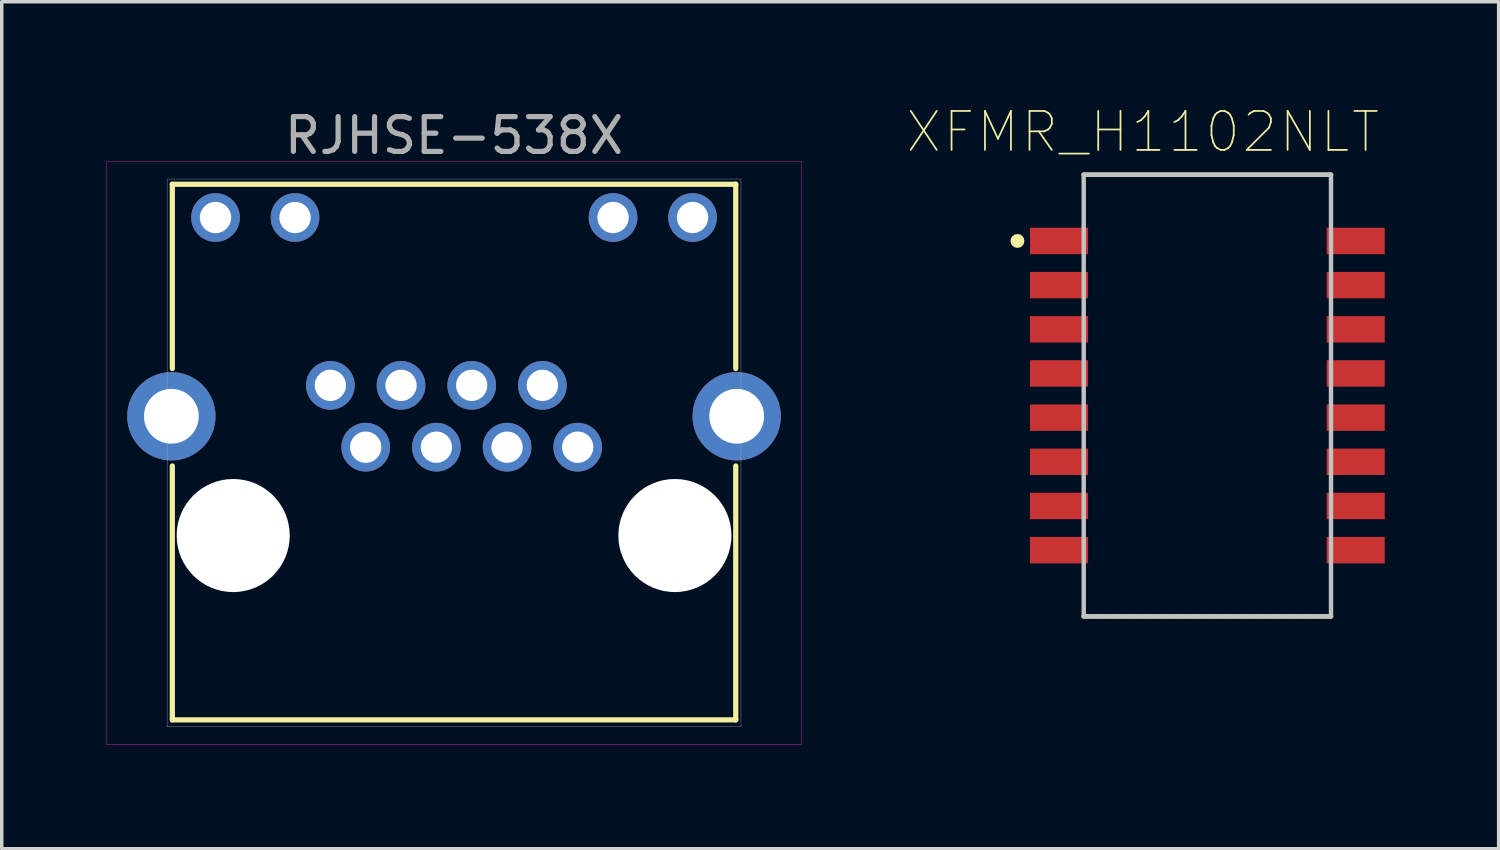
<source format=kicad_pcb>
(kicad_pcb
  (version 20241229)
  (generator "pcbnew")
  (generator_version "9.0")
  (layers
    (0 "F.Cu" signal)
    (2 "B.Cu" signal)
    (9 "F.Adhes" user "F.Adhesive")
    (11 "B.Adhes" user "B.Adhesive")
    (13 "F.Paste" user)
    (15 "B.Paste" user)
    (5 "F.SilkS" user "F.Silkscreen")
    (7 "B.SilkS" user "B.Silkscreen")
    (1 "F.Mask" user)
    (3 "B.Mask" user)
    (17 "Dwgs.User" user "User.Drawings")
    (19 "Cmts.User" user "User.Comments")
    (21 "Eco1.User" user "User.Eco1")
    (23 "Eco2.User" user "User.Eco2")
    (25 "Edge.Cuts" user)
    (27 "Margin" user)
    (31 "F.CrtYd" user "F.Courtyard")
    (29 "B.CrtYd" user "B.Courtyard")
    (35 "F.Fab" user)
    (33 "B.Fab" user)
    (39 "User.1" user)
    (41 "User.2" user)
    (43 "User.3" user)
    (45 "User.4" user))
  (footprint "RJHSE-538X"
    (layer "F.Cu")
    (at 10.005 12.348)
    (property "Reference" "RJHSE-538X" (at 0 -11.5 0) (layer "F.Fab") (effects (font (size 1 1) (thickness 0.15))))
    (attr through_hole)
    (fp_line (start -8.1 -10.1) (end -8.1 -4.8) (stroke (width 0.15) (type solid)) (layer "F.SilkS"))
    (fp_line (start -8.1 -2) (end -8.1 5.3) (stroke (width 0.15) (type solid)) (layer "F.SilkS"))
    (fp_line (start -8.1 5.3) (end 8.1 5.3) (stroke (width 0.15) (type solid)) (layer "F.SilkS"))
    (fp_line (start 8.1 -10.1) (end -8.1 -10.1) (stroke (width 0.15) (type solid)) (layer "F.SilkS"))
    (fp_line (start 8.1 -4.8) (end 8.1 -10.1) (stroke (width 0.15) (type solid)) (layer "F.SilkS"))
    (fp_line (start 8.1 5.3) (end 8.1 -2) (stroke (width 0.15) (type solid)) (layer "F.SilkS"))
    (fp_line (start -10 -10.75) (end -10 6) (stroke (width 0.01) (type solid)) (layer "F.CrtYd"))
    (fp_line (start -10 6) (end 10 6) (stroke (width 0.01) (type solid)) (layer "F.CrtYd"))
    (fp_line (start 10 -10.75) (end -10 -10.75) (stroke (width 0.01) (type solid)) (layer "F.CrtYd"))
    (fp_line (start 10 6) (end 10 -10.75) (stroke (width 0.01) (type solid)) (layer "F.CrtYd"))
    (fp_line (start -8.25 -10.25) (end -8.25 5.5) (stroke (width 0.01) (type solid)) (layer "F.Fab"))
    (fp_line (start -8.25 -10.25) (end 8.25 -10.25) (stroke (width 0.01) (type solid)) (layer "F.Fab"))
    (fp_line (start -8.25 5.5) (end 8.25 5.5) (stroke (width 0.01) (type solid)) (layer "F.Fab"))
    (fp_line (start 8.25 -10.25) (end 8.25 5.5) (stroke (width 0.01) (type solid)) (layer "F.Fab"))
    (pad "" np_thru_hole circle (at -6.35 0) (size 3.251 3.251) (drill 3.251) (layers "*.Cu" "*.Mask"))
    (pad "" np_thru_hole circle (at 6.35 0) (size 3.251 3.251) (drill 3.251) (layers "*.Cu" "*.Mask"))
    (pad "1" thru_hole circle (at 3.556 -2.54) (size 1.4 1.4) (drill 0.9) (layers "*.Cu" "*.Mask"))
    (pad "2" thru_hole circle (at 2.54 -4.318) (size 1.4 1.4) (drill 0.9) (layers "*.Cu" "*.Mask"))
    (pad "3" thru_hole circle (at 1.524 -2.54) (size 1.4 1.4) (drill 0.9) (layers "*.Cu" "*.Mask"))
    (pad "4" thru_hole circle (at 0.508 -4.318) (size 1.4 1.4) (drill 0.9) (layers "*.Cu" "*.Mask"))
    (pad "5" thru_hole circle (at -0.508 -2.54) (size 1.4 1.4) (drill 0.9) (layers "*.Cu" "*.Mask"))
    (pad "6" thru_hole circle (at -1.524 -4.318) (size 1.4 1.4) (drill 0.9) (layers "*.Cu" "*.Mask"))
    (pad "7" thru_hole circle (at -2.54 -2.54) (size 1.4 1.4) (drill 0.9) (layers "*.Cu" "*.Mask"))
    (pad "8" thru_hole circle (at -3.556 -4.318) (size 1.4 1.4) (drill 0.9) (layers "*.Cu" "*.Mask"))
    (pad "9" thru_hole circle (at 6.858 -9.144) (size 1.4 1.4) (drill 0.9) (layers "*.Cu" "*.Mask"))
    (pad "10" thru_hole circle (at 4.572 -9.144) (size 1.4 1.4) (drill 0.9) (layers "*.Cu" "*.Mask"))
    (pad "11" thru_hole circle (at -4.572 -9.144) (size 1.4 1.4) (drill 0.9) (layers "*.Cu" "*.Mask"))
    (pad "12" thru_hole circle (at -6.858 -9.144) (size 1.4 1.4) (drill 0.9) (layers "*.Cu" "*.Mask"))
    (pad "SH" thru_hole circle (at -8.128 -3.429) (size 2.54 2.54) (drill 1.575) (layers "*.Cu" "*.Mask"))
    (pad "SH" thru_hole circle (at 8.128 -3.429) (size 2.54 2.54) (drill 1.575) (layers "*.Cu" "*.Mask")))
  (footprint "XFMR_H1102NLT"
    (layer "F.Cu")
    (at 31.665 8.323)
    (property "Reference" "XFMR_H1102NLT" (at -1.857 -7.579 0) (layer "F.SilkS") (effects (font (size 1.121 1.121) (thickness 0.05))))
    (attr smd)
    (fp_line (start -3.555 -6.35) (end 3.555 -6.35) (stroke (width 0.127) (type solid)) (layer "F.SilkS"))
    (fp_line (start -3.555 6.35) (end 3.555 6.35) (stroke (width 0.127) (type solid)) (layer "F.SilkS"))
    (fp_circle (center -5.461 -4.445) (end -5.361 -4.445) (stroke (width 0.2) (type solid)) (fill no) (layer "F.SilkS"))
    (fp_line (start -3.555 -6.35) (end 3.555 -6.35) (stroke (width 0.127) (type solid)) (layer "Dwgs.User"))
    (fp_line (start -3.555 6.35) (end -3.555 -6.35) (stroke (width 0.127) (type solid)) (layer "Dwgs.User"))
    (fp_line (start 3.555 -6.35) (end 3.555 6.35) (stroke (width 0.127) (type solid)) (layer "Dwgs.User"))
    (fp_line (start 3.555 6.35) (end -3.555 6.35) (stroke (width 0.127) (type solid)) (layer "Dwgs.User"))
    (fp_line (start -5.35 -6.6) (end -5.35 6.6) (stroke (width 0.05) (type solid)) (layer "Eco1.User"))
    (fp_line (start -5.35 6.6) (end 5.35 6.6) (stroke (width 0.05) (type solid)) (layer "Eco1.User"))
    (fp_line (start 5.35 -6.6) (end -5.35 -6.6) (stroke (width 0.05) (type solid)) (layer "Eco1.User"))
    (fp_line (start 5.35 6.6) (end 5.35 -6.6) (stroke (width 0.05) (type solid)) (layer "Eco1.User"))
    (pad "1" smd rect (at -4.265 -4.445) (size 1.67 0.76) (layers "F.Cu" "F.Mask" "F.Paste"))
    (pad "2" smd rect (at -4.265 -3.175) (size 1.67 0.76) (layers "F.Cu" "F.Mask" "F.Paste"))
    (pad "3" smd rect (at -4.265 -1.905) (size 1.67 0.76) (layers "F.Cu" "F.Mask" "F.Paste"))
    (pad "4" smd rect (at -4.265 -0.635) (size 1.67 0.76) (layers "F.Cu" "F.Mask" "F.Paste"))
    (pad "5" smd rect (at -4.265 0.635) (size 1.67 0.76) (layers "F.Cu" "F.Mask" "F.Paste"))
    (pad "6" smd rect (at -4.265 1.905) (size 1.67 0.76) (layers "F.Cu" "F.Mask" "F.Paste"))
    (pad "7" smd rect (at -4.265 3.175) (size 1.67 0.76) (layers "F.Cu" "F.Mask" "F.Paste"))
    (pad "8" smd rect (at -4.265 4.445) (size 1.67 0.76) (layers "F.Cu" "F.Mask" "F.Paste"))
    (pad "9" smd rect (at 4.265 4.445 180) (size 1.67 0.76) (layers "F.Cu" "F.Mask" "F.Paste"))
    (pad "10" smd rect (at 4.265 3.175 180) (size 1.67 0.76) (layers "F.Cu" "F.Mask" "F.Paste"))
    (pad "11" smd rect (at 4.265 1.905 180) (size 1.67 0.76) (layers "F.Cu" "F.Mask" "F.Paste"))
    (pad "12" smd rect (at 4.265 0.635 180) (size 1.67 0.76) (layers "F.Cu" "F.Mask" "F.Paste"))
    (pad "13" smd rect (at 4.265 -0.635 180) (size 1.67 0.76) (layers "F.Cu" "F.Mask" "F.Paste"))
    (pad "14" smd rect (at 4.265 -1.905 180) (size 1.67 0.76) (layers "F.Cu" "F.Mask" "F.Paste"))
    (pad "15" smd rect (at 4.265 -3.175 180) (size 1.67 0.76) (layers "F.Cu" "F.Mask" "F.Paste"))
    (pad "16" smd rect (at 4.265 -4.445 180) (size 1.67 0.76) (layers "F.Cu" "F.Mask" "F.Paste")))
  (gr_rect
    (start -3 -3)
    (end 40.04 21.353)
    (stroke (width 0.1) (type default))
    (fill no)
    (layer "Edge.Cuts")))
</source>
